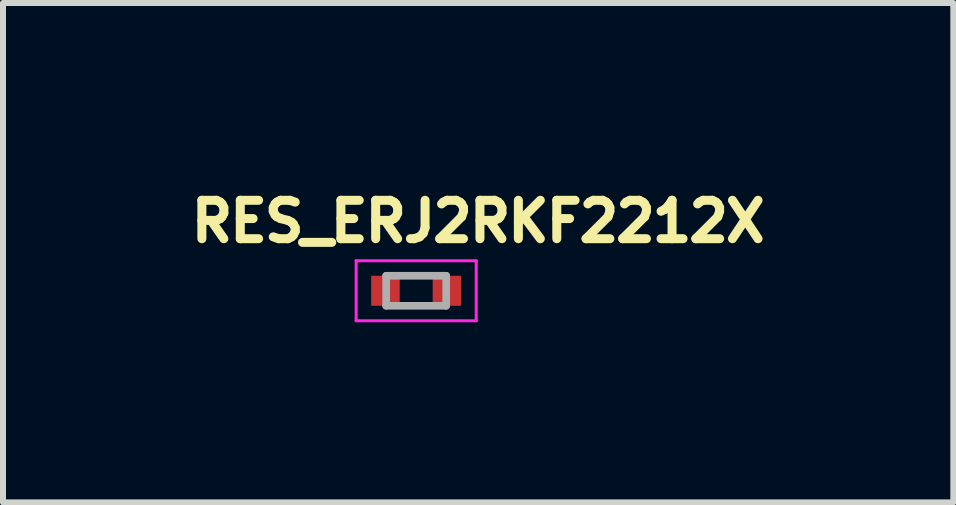
<source format=kicad_pcb>
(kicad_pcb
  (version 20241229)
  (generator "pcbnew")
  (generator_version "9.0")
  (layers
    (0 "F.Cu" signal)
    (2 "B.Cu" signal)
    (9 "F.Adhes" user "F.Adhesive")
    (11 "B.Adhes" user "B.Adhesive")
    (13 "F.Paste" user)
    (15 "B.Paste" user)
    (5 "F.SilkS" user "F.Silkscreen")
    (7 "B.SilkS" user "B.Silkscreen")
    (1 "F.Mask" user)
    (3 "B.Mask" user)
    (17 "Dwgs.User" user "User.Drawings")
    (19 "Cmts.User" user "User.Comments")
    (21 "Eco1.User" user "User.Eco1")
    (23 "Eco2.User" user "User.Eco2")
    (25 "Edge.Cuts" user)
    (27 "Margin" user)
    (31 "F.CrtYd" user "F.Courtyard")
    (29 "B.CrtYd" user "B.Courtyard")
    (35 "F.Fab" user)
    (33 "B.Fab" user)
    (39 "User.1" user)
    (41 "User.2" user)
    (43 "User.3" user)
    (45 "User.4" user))
  (footprint "RES_ERJ2RKF2212X"
    (layer "F.Cu")
    (at 3.883 1.794)
    (property "Reference" "RES_ERJ2RKF2212X" (at 1.032 -1.156 0) (layer "F.SilkS") (effects (font (size 0.64 0.64) (thickness 0.15))))
    (attr smd)
    (fp_line (start -1 -0.5) (end -1 0.5) (stroke (width 0.05) (type solid)) (layer "F.CrtYd"))
    (fp_line (start -1 0.5) (end 1 0.5) (stroke (width 0.05) (type solid)) (layer "F.CrtYd"))
    (fp_line (start 1 -0.5) (end -1 -0.5) (stroke (width 0.05) (type solid)) (layer "F.CrtYd"))
    (fp_line (start 1 0.5) (end 1 -0.5) (stroke (width 0.05) (type solid)) (layer "F.CrtYd"))
    (fp_line (start -0.5 -0.25) (end -0.5 0.25) (stroke (width 0.127) (type solid)) (layer "F.Fab"))
    (fp_line (start -0.5 -0.25) (end 0.5 -0.25) (stroke (width 0.127) (type solid)) (layer "F.Fab"))
    (fp_line (start -0.5 0.25) (end 0.5 0.25) (stroke (width 0.127) (type solid)) (layer "F.Fab"))
    (fp_line (start 0.5 -0.25) (end 0.5 0.25) (stroke (width 0.127) (type solid)) (layer "F.Fab"))
    (pad "1" smd rect (at -0.512 0) (size 0.475 0.5) (layers "F.Cu" "F.Mask" "F.Paste"))
    (pad "2" smd rect (at 0.512 0) (size 0.475 0.5) (layers "F.Cu" "F.Mask" "F.Paste")))
  (gr_rect
    (start -3 -3)
    (end 12.831 5.319)
    (stroke (width 0.1) (type default))
    (fill no)
    (layer "Edge.Cuts")))
</source>
